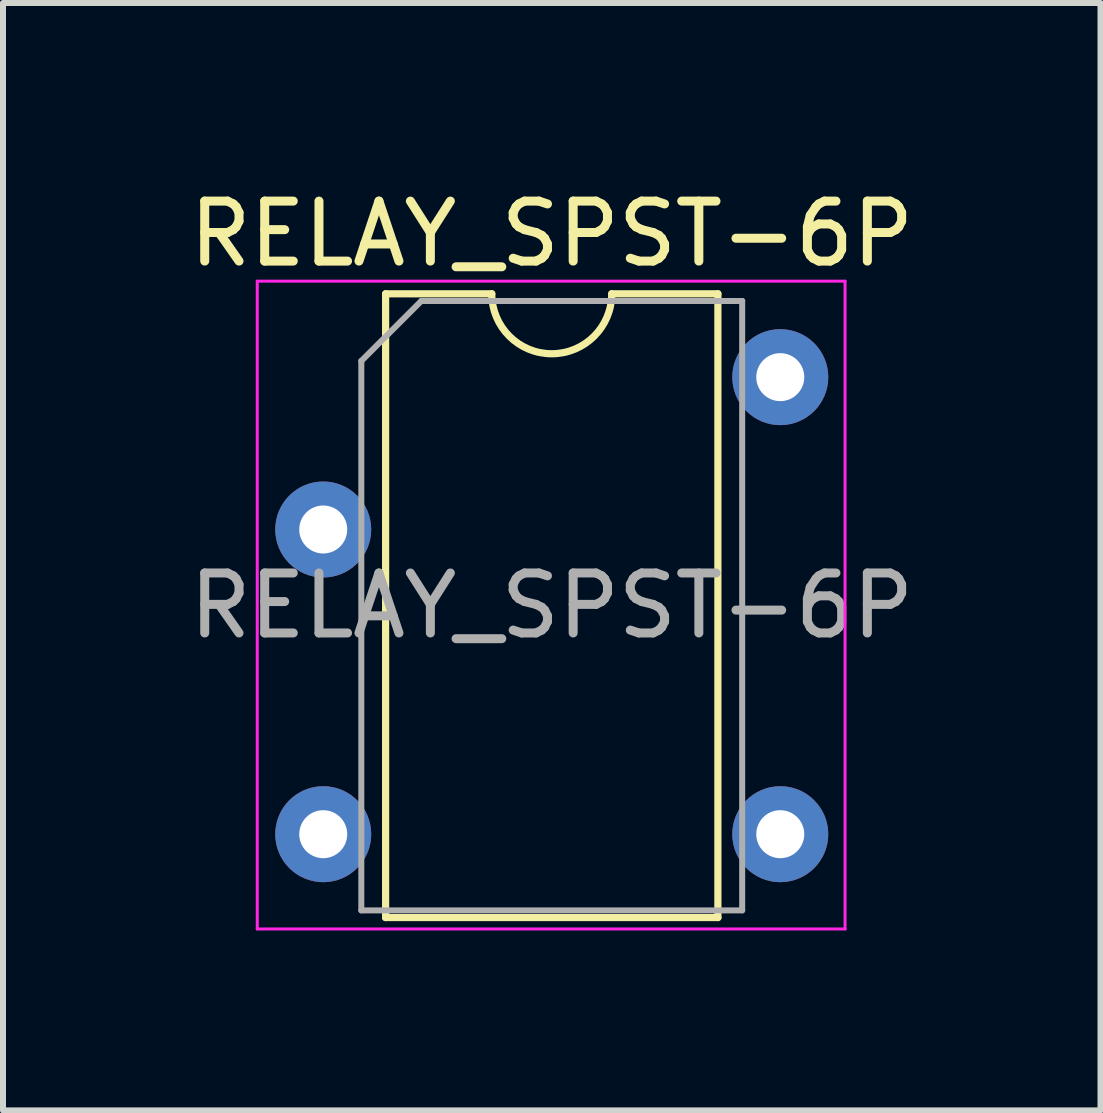
<source format=kicad_pcb>
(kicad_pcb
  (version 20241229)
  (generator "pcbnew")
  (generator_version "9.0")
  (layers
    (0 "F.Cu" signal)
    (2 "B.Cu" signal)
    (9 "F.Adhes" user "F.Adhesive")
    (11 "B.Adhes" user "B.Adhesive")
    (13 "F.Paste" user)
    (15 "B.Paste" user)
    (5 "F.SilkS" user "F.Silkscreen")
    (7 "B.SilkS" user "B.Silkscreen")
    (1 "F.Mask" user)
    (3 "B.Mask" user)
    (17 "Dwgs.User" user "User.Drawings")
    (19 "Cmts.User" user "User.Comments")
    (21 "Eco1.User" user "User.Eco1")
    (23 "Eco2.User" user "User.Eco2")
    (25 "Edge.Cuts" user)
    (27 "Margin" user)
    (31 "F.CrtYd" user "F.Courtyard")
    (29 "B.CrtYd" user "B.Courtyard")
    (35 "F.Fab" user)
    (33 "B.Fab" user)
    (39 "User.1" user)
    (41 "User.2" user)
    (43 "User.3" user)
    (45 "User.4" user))
  (footprint "RELAY_SPST-6P"
    (layer "F.Cu")
    (at 2.339 3.238)
    (property "Reference" "RELAY_SPST-6P" (at 3.81 -2.39 0) (layer "F.SilkS") (effects (font (size 1 1) (thickness 0.15))))
    (attr through_hole)
    (fp_line (start 1.04 -1.39) (end 1.04 9.01) (stroke (width 0.12) (type solid)) (layer "F.SilkS"))
    (fp_line (start 1.04 9.01) (end 6.58 9.01) (stroke (width 0.12) (type solid)) (layer "F.SilkS"))
    (fp_line (start 2.81 -1.39) (end 1.04 -1.39) (stroke (width 0.12) (type solid)) (layer "F.SilkS"))
    (fp_line (start 6.58 -1.39) (end 4.81 -1.39) (stroke (width 0.12) (type solid)) (layer "F.SilkS"))
    (fp_line (start 6.58 9.01) (end 6.58 -1.39) (stroke (width 0.12) (type solid)) (layer "F.SilkS"))
    (fp_arc (start 4.81 -1.39) (mid 3.81 -0.39) (end 2.81 -1.39) (stroke (width 0.12) (type solid)) (layer "F.SilkS"))
    (fp_line (start -1.1 -1.6) (end -1.1 9.2) (stroke (width 0.05) (type solid)) (layer "F.CrtYd"))
    (fp_line (start -1.1 9.2) (end 8.7 9.2) (stroke (width 0.05) (type solid)) (layer "F.CrtYd"))
    (fp_line (start 8.7 -1.6) (end -1.1 -1.6) (stroke (width 0.05) (type solid)) (layer "F.CrtYd"))
    (fp_line (start 8.7 9.2) (end 8.7 -1.6) (stroke (width 0.05) (type solid)) (layer "F.CrtYd"))
    (fp_line (start 0.635 -0.27) (end 1.635 -1.27) (stroke (width 0.1) (type solid)) (layer "F.Fab"))
    (fp_line (start 0.635 8.89) (end 0.635 -0.27) (stroke (width 0.1) (type solid)) (layer "F.Fab"))
    (fp_line (start 1.635 -1.27) (end 6.985 -1.27) (stroke (width 0.1) (type solid)) (layer "F.Fab"))
    (fp_line (start 6.985 -1.27) (end 6.985 8.89) (stroke (width 0.1) (type solid)) (layer "F.Fab"))
    (fp_line (start 6.985 8.89) (end 0.635 8.89) (stroke (width 0.1) (type solid)) (layer "F.Fab"))
    (fp_text user "${REFERENCE}" (at 3.81 3.81 0) (layer "F.Fab") (effects (font (size 1 1) (thickness 0.15))))
    (pad "2" thru_hole oval (at 0 2.54) (size 1.6 1.6) (drill 0.8) (layers "*.Cu" "*.Mask"))
    (pad "4" thru_hole oval (at 0 7.62) (size 1.6 1.6) (drill 0.8) (layers "*.Cu" "*.Mask"))
    (pad "5" thru_hole oval (at 7.62 7.62) (size 1.6 1.6) (drill 0.8) (layers "*.Cu" "*.Mask"))
    (pad "8" thru_hole oval (at 7.62 0) (size 1.6 1.6) (drill 0.8) (layers "*.Cu" "*.Mask")))
  (gr_rect
    (start -3 -3)
    (end 15.298 15.463)
    (stroke (width 0.1) (type default))
    (fill no)
    (layer "Edge.Cuts")))
</source>
